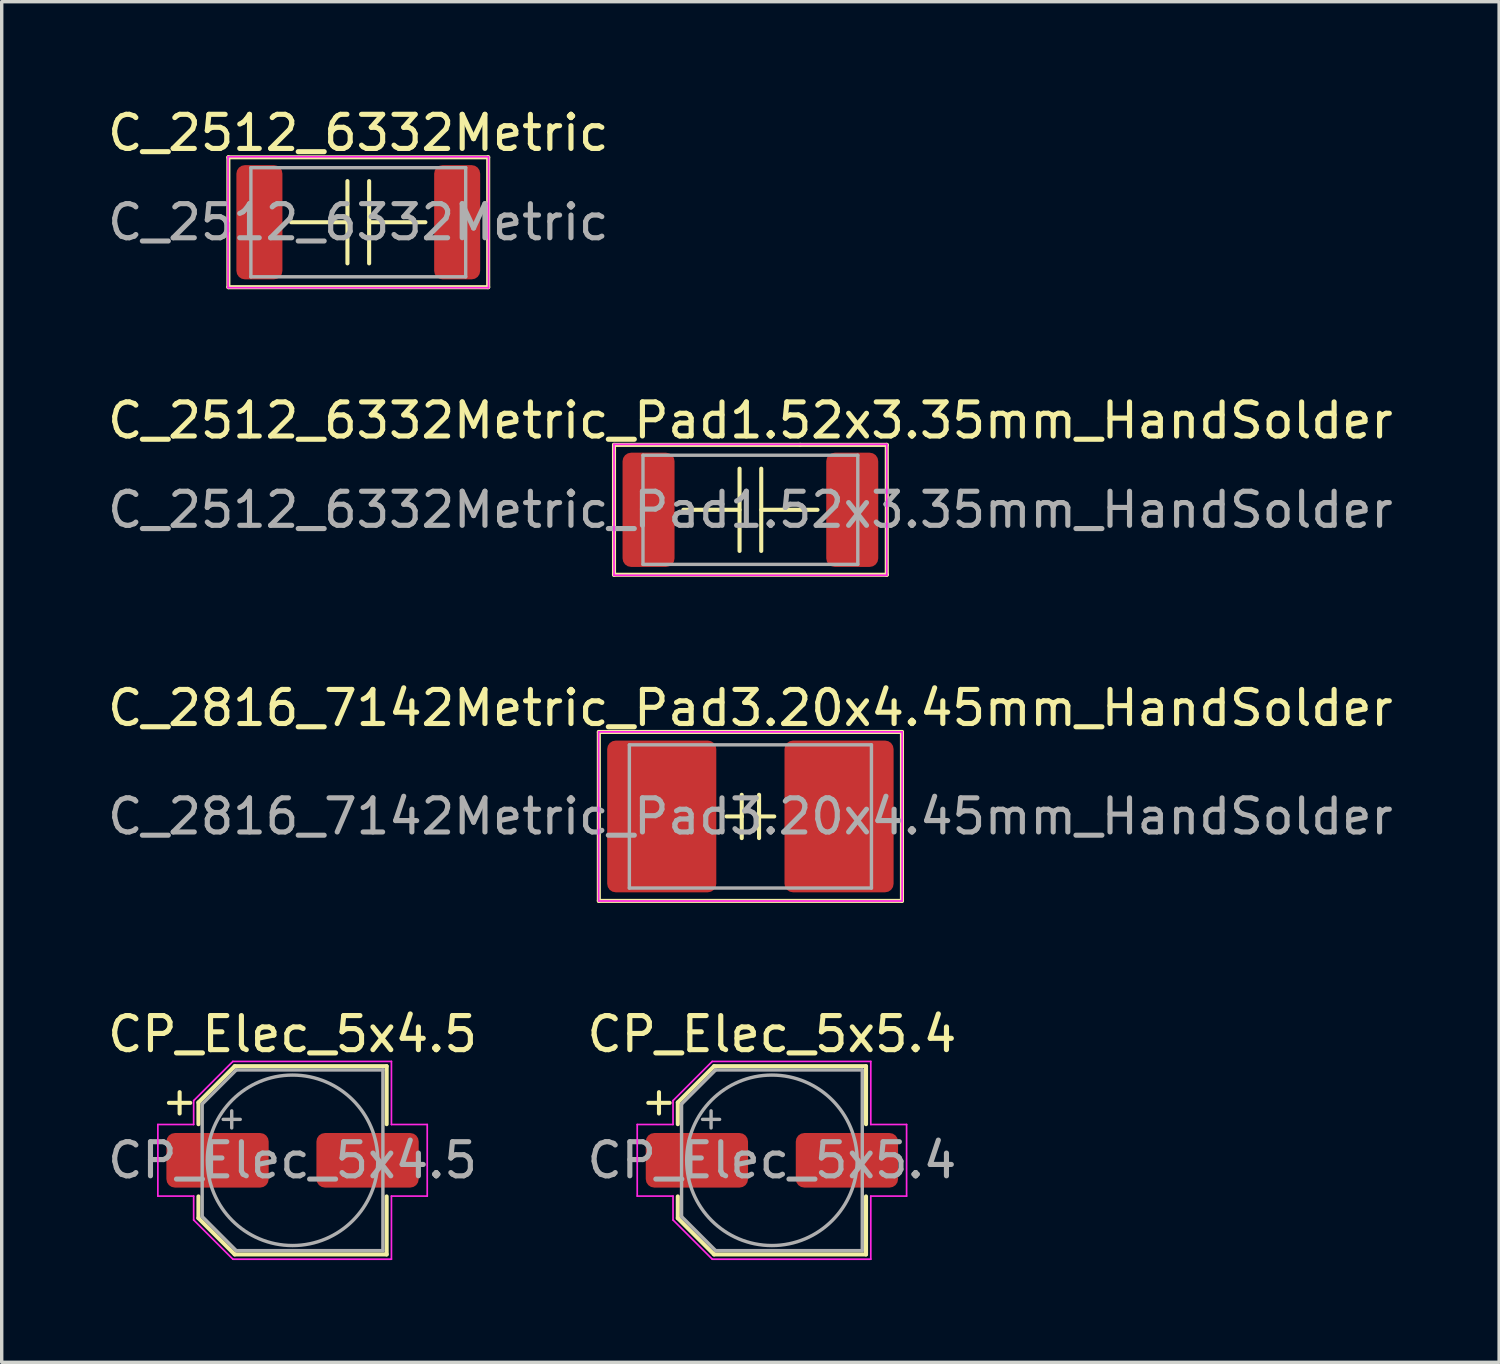
<source format=kicad_pcb>
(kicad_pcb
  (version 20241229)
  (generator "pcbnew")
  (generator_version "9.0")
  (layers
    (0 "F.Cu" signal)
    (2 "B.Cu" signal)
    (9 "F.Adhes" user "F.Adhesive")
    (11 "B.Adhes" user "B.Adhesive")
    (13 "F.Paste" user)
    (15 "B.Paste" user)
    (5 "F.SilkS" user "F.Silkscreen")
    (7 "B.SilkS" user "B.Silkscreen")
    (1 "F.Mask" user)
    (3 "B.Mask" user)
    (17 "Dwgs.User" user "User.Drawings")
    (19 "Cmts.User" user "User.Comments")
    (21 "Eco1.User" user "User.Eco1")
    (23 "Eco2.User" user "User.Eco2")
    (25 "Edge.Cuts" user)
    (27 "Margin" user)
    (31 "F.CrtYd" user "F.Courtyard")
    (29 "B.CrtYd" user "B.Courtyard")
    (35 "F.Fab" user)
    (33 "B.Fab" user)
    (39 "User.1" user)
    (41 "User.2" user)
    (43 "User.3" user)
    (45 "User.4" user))
  (footprint "C_2512_6332Metric"
    (layer "F.Cu")
    (at 7.458 3.468)
    (property "Reference" "C_2512_6332Metric" (at 0 -2.62 0) (layer "F.SilkS") (effects (font (size 1 1) (thickness 0.15))))
    (attr smd)
    (fp_line (start -3.81 -1.905) (end -3.81 1.905) (stroke (width 0.12) (type solid)) (layer "F.SilkS"))
    (fp_line (start -3.81 1.905) (end 3.81 1.905) (stroke (width 0.12) (type solid)) (layer "F.SilkS"))
    (fp_line (start -0.318 -1.206) (end -0.318 1.206) (stroke (width 0.12) (type solid)) (layer "F.SilkS"))
    (fp_line (start -0.318 0) (end -1.968 0) (stroke (width 0.12) (type solid)) (layer "F.SilkS"))
    (fp_line (start 0.318 -1.206) (end 0.318 1.206) (stroke (width 0.12) (type solid)) (layer "F.SilkS"))
    (fp_line (start 0.318 0) (end 1.968 0) (stroke (width 0.12) (type solid)) (layer "F.SilkS"))
    (fp_line (start 3.81 -1.905) (end -3.81 -1.905) (stroke (width 0.12) (type solid)) (layer "F.SilkS"))
    (fp_line (start 3.81 1.905) (end 3.81 -1.905) (stroke (width 0.12) (type solid)) (layer "F.SilkS"))
    (fp_line (start -3.82 -1.92) (end 3.82 -1.92) (stroke (width 0.05) (type solid)) (layer "F.CrtYd"))
    (fp_line (start -3.82 1.92) (end -3.82 -1.92) (stroke (width 0.05) (type solid)) (layer "F.CrtYd"))
    (fp_line (start 3.82 -1.92) (end 3.82 1.92) (stroke (width 0.05) (type solid)) (layer "F.CrtYd"))
    (fp_line (start 3.82 1.92) (end -3.82 1.92) (stroke (width 0.05) (type solid)) (layer "F.CrtYd"))
    (fp_line (start -3.15 -1.6) (end 3.15 -1.6) (stroke (width 0.1) (type solid)) (layer "F.Fab"))
    (fp_line (start -3.15 1.6) (end -3.15 -1.6) (stroke (width 0.1) (type solid)) (layer "F.Fab"))
    (fp_line (start 3.15 -1.6) (end 3.15 1.6) (stroke (width 0.1) (type solid)) (layer "F.Fab"))
    (fp_line (start 3.15 1.6) (end -3.15 1.6) (stroke (width 0.1) (type solid)) (layer "F.Fab"))
    (fp_text user "${REFERENCE}" (at 0 0 0) (layer "F.Fab") (effects (font (size 1 1) (thickness 0.15))))
    (pad "1" smd roundrect (at -2.9 0) (size 1.35 3.35) (layers "F.Cu" "F.Mask" "F.Paste") (roundrect_rratio 0.185))
    (pad "2" smd roundrect (at 2.9 0) (size 1.35 3.35) (layers "F.Cu" "F.Mask" "F.Paste") (roundrect_rratio 0.185)))
  (footprint "CP_Elec_5x5.4"
    (layer "F.Cu")
    (at 19.589 30.98)
    (property "Reference" "CP_Elec_5x5.4" (at 0 -3.7 0) (layer "F.SilkS") (effects (font (size 1 1) (thickness 0.15))))
    (attr smd)
    (fp_line (start -3.625 -1.685) (end -3 -1.685) (stroke (width 0.12) (type solid)) (layer "F.SilkS"))
    (fp_line (start -3.312 -1.998) (end -3.312 -1.373) (stroke (width 0.12) (type solid)) (layer "F.SilkS"))
    (fp_line (start -2.76 -1.696) (end -2.76 -1.06) (stroke (width 0.12) (type solid)) (layer "F.SilkS"))
    (fp_line (start -2.76 -1.696) (end -1.696 -2.76) (stroke (width 0.12) (type solid)) (layer "F.SilkS"))
    (fp_line (start -2.76 1.696) (end -2.76 1.06) (stroke (width 0.12) (type solid)) (layer "F.SilkS"))
    (fp_line (start -2.76 1.696) (end -1.696 2.76) (stroke (width 0.12) (type solid)) (layer "F.SilkS"))
    (fp_line (start -1.696 -2.76) (end 2.76 -2.76) (stroke (width 0.12) (type solid)) (layer "F.SilkS"))
    (fp_line (start -1.696 2.76) (end 2.76 2.76) (stroke (width 0.12) (type solid)) (layer "F.SilkS"))
    (fp_line (start 2.76 -2.76) (end 2.76 -1.06) (stroke (width 0.12) (type solid)) (layer "F.SilkS"))
    (fp_line (start 2.76 2.76) (end 2.76 1.06) (stroke (width 0.12) (type solid)) (layer "F.SilkS"))
    (fp_line (start -3.95 -1.05) (end -3.95 1.05) (stroke (width 0.05) (type solid)) (layer "F.CrtYd"))
    (fp_line (start -3.95 1.05) (end -2.9 1.05) (stroke (width 0.05) (type solid)) (layer "F.CrtYd"))
    (fp_line (start -2.9 -1.75) (end -2.9 -1.05) (stroke (width 0.05) (type solid)) (layer "F.CrtYd"))
    (fp_line (start -2.9 -1.75) (end -1.75 -2.9) (stroke (width 0.05) (type solid)) (layer "F.CrtYd"))
    (fp_line (start -2.9 -1.05) (end -3.95 -1.05) (stroke (width 0.05) (type solid)) (layer "F.CrtYd"))
    (fp_line (start -2.9 1.05) (end -2.9 1.75) (stroke (width 0.05) (type solid)) (layer "F.CrtYd"))
    (fp_line (start -2.9 1.75) (end -1.75 2.9) (stroke (width 0.05) (type solid)) (layer "F.CrtYd"))
    (fp_line (start -1.75 -2.9) (end 2.9 -2.9) (stroke (width 0.05) (type solid)) (layer "F.CrtYd"))
    (fp_line (start -1.75 2.9) (end 2.9 2.9) (stroke (width 0.05) (type solid)) (layer "F.CrtYd"))
    (fp_line (start 2.9 -2.9) (end 2.9 -1.05) (stroke (width 0.05) (type solid)) (layer "F.CrtYd"))
    (fp_line (start 2.9 -1.05) (end 3.95 -1.05) (stroke (width 0.05) (type solid)) (layer "F.CrtYd"))
    (fp_line (start 2.9 1.05) (end 2.9 2.9) (stroke (width 0.05) (type solid)) (layer "F.CrtYd"))
    (fp_line (start 3.95 -1.05) (end 3.95 1.05) (stroke (width 0.05) (type solid)) (layer "F.CrtYd"))
    (fp_line (start 3.95 1.05) (end 2.9 1.05) (stroke (width 0.05) (type solid)) (layer "F.CrtYd"))
    (fp_line (start -2.65 -1.65) (end -2.65 1.65) (stroke (width 0.1) (type solid)) (layer "F.Fab"))
    (fp_line (start -2.65 -1.65) (end -1.65 -2.65) (stroke (width 0.1) (type solid)) (layer "F.Fab"))
    (fp_line (start -2.65 1.65) (end -1.65 2.65) (stroke (width 0.1) (type solid)) (layer "F.Fab"))
    (fp_line (start -2.034 -1.2) (end -1.534 -1.2) (stroke (width 0.1) (type solid)) (layer "F.Fab"))
    (fp_line (start -1.784 -1.45) (end -1.784 -0.95) (stroke (width 0.1) (type solid)) (layer "F.Fab"))
    (fp_line (start -1.65 -2.65) (end 2.65 -2.65) (stroke (width 0.1) (type solid)) (layer "F.Fab"))
    (fp_line (start -1.65 2.65) (end 2.65 2.65) (stroke (width 0.1) (type solid)) (layer "F.Fab"))
    (fp_line (start 2.65 -2.65) (end 2.65 2.65) (stroke (width 0.1) (type solid)) (layer "F.Fab"))
    (fp_circle (center 0 0) (end 2.5 0) (stroke (width 0.1) (type solid)) (fill no) (layer "F.Fab"))
    (fp_text user "${REFERENCE}" (at 0 0 0) (layer "F.Fab") (effects (font (size 1 1) (thickness 0.15))))
    (pad "1" smd roundrect (at -2.2 0) (size 3 1.6) (layers "F.Cu" "F.Mask" "F.Paste") (roundrect_rratio 0.156))
    (pad "2" smd roundrect (at 2.2 0) (size 3 1.6) (layers "F.Cu" "F.Mask" "F.Paste") (roundrect_rratio 0.156)))
  (footprint "CP_Elec_5x4.5"
    (layer "F.Cu")
    (at 5.53 30.98)
    (property "Reference" "CP_Elec_5x4.5" (at 0 -3.7 0) (layer "F.SilkS") (effects (font (size 1 1) (thickness 0.15))))
    (attr smd)
    (fp_line (start -3.625 -1.685) (end -3 -1.685) (stroke (width 0.12) (type solid)) (layer "F.SilkS"))
    (fp_line (start -3.312 -1.998) (end -3.312 -1.373) (stroke (width 0.12) (type solid)) (layer "F.SilkS"))
    (fp_line (start -2.76 -1.696) (end -2.76 -1.06) (stroke (width 0.12) (type solid)) (layer "F.SilkS"))
    (fp_line (start -2.76 -1.696) (end -1.696 -2.76) (stroke (width 0.12) (type solid)) (layer "F.SilkS"))
    (fp_line (start -2.76 1.696) (end -2.76 1.06) (stroke (width 0.12) (type solid)) (layer "F.SilkS"))
    (fp_line (start -2.76 1.696) (end -1.696 2.76) (stroke (width 0.12) (type solid)) (layer "F.SilkS"))
    (fp_line (start -1.696 -2.76) (end 2.76 -2.76) (stroke (width 0.12) (type solid)) (layer "F.SilkS"))
    (fp_line (start -1.696 2.76) (end 2.76 2.76) (stroke (width 0.12) (type solid)) (layer "F.SilkS"))
    (fp_line (start 2.76 -2.76) (end 2.76 -1.06) (stroke (width 0.12) (type solid)) (layer "F.SilkS"))
    (fp_line (start 2.76 2.76) (end 2.76 1.06) (stroke (width 0.12) (type solid)) (layer "F.SilkS"))
    (fp_line (start -3.95 -1.05) (end -3.95 1.05) (stroke (width 0.05) (type solid)) (layer "F.CrtYd"))
    (fp_line (start -3.95 1.05) (end -2.9 1.05) (stroke (width 0.05) (type solid)) (layer "F.CrtYd"))
    (fp_line (start -2.9 -1.75) (end -2.9 -1.05) (stroke (width 0.05) (type solid)) (layer "F.CrtYd"))
    (fp_line (start -2.9 -1.75) (end -1.75 -2.9) (stroke (width 0.05) (type solid)) (layer "F.CrtYd"))
    (fp_line (start -2.9 -1.05) (end -3.95 -1.05) (stroke (width 0.05) (type solid)) (layer "F.CrtYd"))
    (fp_line (start -2.9 1.05) (end -2.9 1.75) (stroke (width 0.05) (type solid)) (layer "F.CrtYd"))
    (fp_line (start -2.9 1.75) (end -1.75 2.9) (stroke (width 0.05) (type solid)) (layer "F.CrtYd"))
    (fp_line (start -1.75 -2.9) (end 2.9 -2.9) (stroke (width 0.05) (type solid)) (layer "F.CrtYd"))
    (fp_line (start -1.75 2.9) (end 2.9 2.9) (stroke (width 0.05) (type solid)) (layer "F.CrtYd"))
    (fp_line (start 2.9 -2.9) (end 2.9 -1.05) (stroke (width 0.05) (type solid)) (layer "F.CrtYd"))
    (fp_line (start 2.9 -1.05) (end 3.95 -1.05) (stroke (width 0.05) (type solid)) (layer "F.CrtYd"))
    (fp_line (start 2.9 1.05) (end 2.9 2.9) (stroke (width 0.05) (type solid)) (layer "F.CrtYd"))
    (fp_line (start 3.95 -1.05) (end 3.95 1.05) (stroke (width 0.05) (type solid)) (layer "F.CrtYd"))
    (fp_line (start 3.95 1.05) (end 2.9 1.05) (stroke (width 0.05) (type solid)) (layer "F.CrtYd"))
    (fp_line (start -2.65 -1.65) (end -2.65 1.65) (stroke (width 0.1) (type solid)) (layer "F.Fab"))
    (fp_line (start -2.65 -1.65) (end -1.65 -2.65) (stroke (width 0.1) (type solid)) (layer "F.Fab"))
    (fp_line (start -2.65 1.65) (end -1.65 2.65) (stroke (width 0.1) (type solid)) (layer "F.Fab"))
    (fp_line (start -2.034 -1.2) (end -1.534 -1.2) (stroke (width 0.1) (type solid)) (layer "F.Fab"))
    (fp_line (start -1.784 -1.45) (end -1.784 -0.95) (stroke (width 0.1) (type solid)) (layer "F.Fab"))
    (fp_line (start -1.65 -2.65) (end 2.65 -2.65) (stroke (width 0.1) (type solid)) (layer "F.Fab"))
    (fp_line (start -1.65 2.65) (end 2.65 2.65) (stroke (width 0.1) (type solid)) (layer "F.Fab"))
    (fp_line (start 2.65 -2.65) (end 2.65 2.65) (stroke (width 0.1) (type solid)) (layer "F.Fab"))
    (fp_circle (center 0 0) (end 2.5 0) (stroke (width 0.1) (type solid)) (fill no) (layer "F.Fab"))
    (fp_text user "${REFERENCE}" (at 0 0 0) (layer "F.Fab") (effects (font (size 1 1) (thickness 0.15))))
    (pad "1" smd roundrect (at -2.2 0) (size 3 1.6) (layers "F.Cu" "F.Mask" "F.Paste") (roundrect_rratio 0.156))
    (pad "2" smd roundrect (at 2.2 0) (size 3 1.6) (layers "F.Cu" "F.Mask" "F.Paste") (roundrect_rratio 0.156)))
  (footprint "C_2816_7142Metric_Pad3.20x4.45mm_HandSolder"
    (layer "F.Cu")
    (at 18.958 20.895)
    (property "Reference" "C_2816_7142Metric_Pad3.20x4.45mm_HandSolder" (at 0 -3.18 0) (layer "F.SilkS") (effects (font (size 1 1) (thickness 0.15))))
    (attr smd)
    (fp_line (start -4.445 -2.477) (end -4.445 2.477) (stroke (width 0.12) (type solid)) (layer "F.SilkS"))
    (fp_line (start -4.445 2.477) (end 4.445 2.477) (stroke (width 0.12) (type solid)) (layer "F.SilkS"))
    (fp_line (start -0.699 0) (end -0.254 0) (stroke (width 0.12) (type solid)) (layer "F.SilkS"))
    (fp_line (start -0.254 -0.635) (end -0.254 0) (stroke (width 0.12) (type solid)) (layer "F.SilkS"))
    (fp_line (start -0.254 0) (end -0.254 0.635) (stroke (width 0.12) (type solid)) (layer "F.SilkS"))
    (fp_line (start 0.254 -0.635) (end 0.254 0) (stroke (width 0.12) (type solid)) (layer "F.SilkS"))
    (fp_line (start 0.254 0) (end 0.254 0.635) (stroke (width 0.12) (type solid)) (layer "F.SilkS"))
    (fp_line (start 0.254 0) (end 0.699 0) (stroke (width 0.12) (type solid)) (layer "F.SilkS"))
    (fp_line (start 4.445 -2.477) (end -4.445 -2.477) (stroke (width 0.12) (type solid)) (layer "F.SilkS"))
    (fp_line (start 4.445 2.477) (end 4.445 -2.477) (stroke (width 0.12) (type solid)) (layer "F.SilkS"))
    (fp_line (start -4.45 -2.48) (end 4.45 -2.48) (stroke (width 0.05) (type solid)) (layer "F.CrtYd"))
    (fp_line (start -4.45 2.48) (end -4.45 -2.48) (stroke (width 0.05) (type solid)) (layer "F.CrtYd"))
    (fp_line (start 4.45 -2.48) (end 4.45 2.48) (stroke (width 0.05) (type solid)) (layer "F.CrtYd"))
    (fp_line (start 4.45 2.48) (end -4.45 2.48) (stroke (width 0.05) (type solid)) (layer "F.CrtYd"))
    (fp_line (start -3.55 -2.1) (end 3.55 -2.1) (stroke (width 0.1) (type solid)) (layer "F.Fab"))
    (fp_line (start -3.55 2.1) (end -3.55 -2.1) (stroke (width 0.1) (type solid)) (layer "F.Fab"))
    (fp_line (start 3.55 -2.1) (end 3.55 2.1) (stroke (width 0.1) (type solid)) (layer "F.Fab"))
    (fp_line (start 3.55 2.1) (end -3.55 2.1) (stroke (width 0.1) (type solid)) (layer "F.Fab"))
    (fp_text user "${REFERENCE}" (at 0 0 0) (layer "F.Fab") (effects (font (size 1 1) (thickness 0.15))))
    (pad "1" smd roundrect (at -2.6 0) (size 3.2 4.45) (layers "F.Cu" "F.Mask" "F.Paste") (roundrect_rratio 0.078))
    (pad "2" smd roundrect (at 2.6 0) (size 3.2 4.45) (layers "F.Cu" "F.Mask" "F.Paste") (roundrect_rratio 0.078)))
  (footprint "C_2512_6332Metric_Pad1.52x3.35mm_HandSolder"
    (layer "F.Cu")
    (at 18.958 11.902)
    (property "Reference" "C_2512_6332Metric_Pad1.52x3.35mm_HandSolder" (at 0 -2.62 0) (layer "F.SilkS") (effects (font (size 1 1) (thickness 0.15))))
    (attr smd)
    (fp_line (start -4 -1.905) (end -4 1.905) (stroke (width 0.12) (type solid)) (layer "F.SilkS"))
    (fp_line (start -4 1.905) (end 4 1.905) (stroke (width 0.12) (type solid)) (layer "F.SilkS"))
    (fp_line (start -0.318 -1.206) (end -0.318 1.206) (stroke (width 0.12) (type solid)) (layer "F.SilkS"))
    (fp_line (start -0.318 0) (end -1.968 0) (stroke (width 0.12) (type solid)) (layer "F.SilkS"))
    (fp_line (start 0.318 -1.206) (end 0.318 1.206) (stroke (width 0.12) (type solid)) (layer "F.SilkS"))
    (fp_line (start 0.318 0) (end 1.968 0) (stroke (width 0.12) (type solid)) (layer "F.SilkS"))
    (fp_line (start 1.46 -1.905) (end -4 -1.905) (stroke (width 0.12) (type solid)) (layer "F.SilkS"))
    (fp_line (start 4 -1.905) (end 1.46 -1.905) (stroke (width 0.12) (type solid)) (layer "F.SilkS"))
    (fp_line (start 4 1.905) (end 4 -1.905) (stroke (width 0.12) (type solid)) (layer "F.SilkS"))
    (fp_line (start -4 -1.92) (end 4 -1.92) (stroke (width 0.05) (type solid)) (layer "F.CrtYd"))
    (fp_line (start -4 1.92) (end -4 -1.92) (stroke (width 0.05) (type solid)) (layer "F.CrtYd"))
    (fp_line (start 4 -1.92) (end 4 1.92) (stroke (width 0.05) (type solid)) (layer "F.CrtYd"))
    (fp_line (start 4 1.92) (end -4 1.92) (stroke (width 0.05) (type solid)) (layer "F.CrtYd"))
    (fp_line (start -3.15 -1.6) (end 3.15 -1.6) (stroke (width 0.1) (type solid)) (layer "F.Fab"))
    (fp_line (start -3.15 1.6) (end -3.15 -1.6) (stroke (width 0.1) (type solid)) (layer "F.Fab"))
    (fp_line (start 3.15 -1.6) (end 3.15 1.6) (stroke (width 0.1) (type solid)) (layer "F.Fab"))
    (fp_line (start 3.15 1.6) (end -3.15 1.6) (stroke (width 0.1) (type solid)) (layer "F.Fab"))
    (fp_text user "${REFERENCE}" (at 0 0 0) (layer "F.Fab") (effects (font (size 1 1) (thickness 0.15))))
    (pad "1" smd roundrect (at -2.987 0) (size 1.525 3.35) (layers "F.Cu" "F.Mask" "F.Paste") (roundrect_rratio 0.164))
    (pad "2" smd roundrect (at 2.987 0) (size 1.525 3.35) (layers "F.Cu" "F.Mask" "F.Paste") (roundrect_rratio 0.164)))
  (gr_rect
    (start -3 -3)
    (end 40.917 36.904)
    (stroke (width 0.1) (type default))
    (fill no)
    (layer "Edge.Cuts")))
</source>
